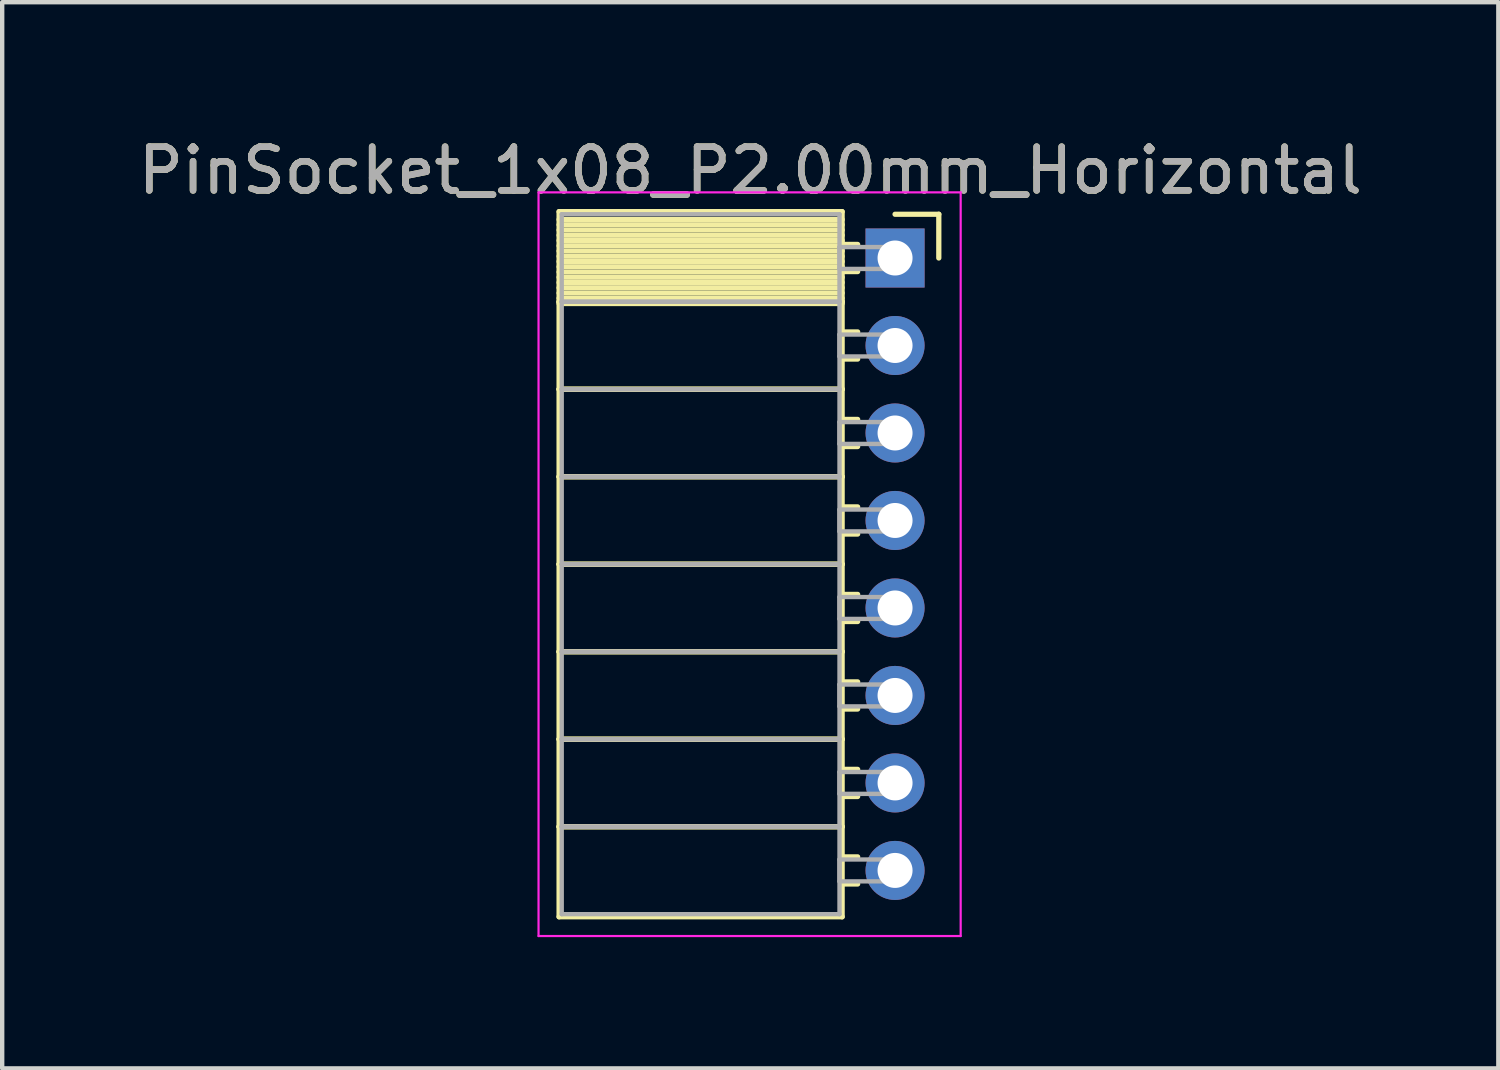
<source format=kicad_pcb>
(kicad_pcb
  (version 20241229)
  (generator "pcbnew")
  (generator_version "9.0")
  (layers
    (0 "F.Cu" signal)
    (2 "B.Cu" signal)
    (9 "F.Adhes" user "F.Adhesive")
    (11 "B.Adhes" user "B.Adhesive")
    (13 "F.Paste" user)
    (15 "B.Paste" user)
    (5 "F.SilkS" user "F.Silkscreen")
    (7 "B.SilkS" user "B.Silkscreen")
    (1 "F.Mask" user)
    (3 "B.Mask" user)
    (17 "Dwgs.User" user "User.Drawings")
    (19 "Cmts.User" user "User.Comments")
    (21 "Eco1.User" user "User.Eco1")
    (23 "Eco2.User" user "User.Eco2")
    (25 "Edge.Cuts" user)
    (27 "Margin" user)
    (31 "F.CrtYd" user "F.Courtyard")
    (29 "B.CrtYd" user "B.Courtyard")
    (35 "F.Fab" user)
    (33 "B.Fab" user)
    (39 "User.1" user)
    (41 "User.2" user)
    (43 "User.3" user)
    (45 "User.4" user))
  (footprint "PinSocket_1x08_P2.00mm_Horizontal"
    (layer "F.Cu")
    (at 17.411 2.848)
    (property "Reference" "PinSocket_1x08_P2.00mm_Horizontal" (at -3.31 -2 0) (layer "F.SilkS") (effects (font (size 1 1) (thickness 0.15))))
    (attr through_hole)
    (fp_line (start -7.68 -1.06) (end -1.21 -1.06) (stroke (width 0.12) (type solid)) (layer "F.SilkS"))
    (fp_line (start -7.68 1) (end -7.68 -1.06) (stroke (width 0.12) (type solid)) (layer "F.SilkS"))
    (fp_line (start -7.68 1) (end -1.21 1) (stroke (width 0.12) (type solid)) (layer "F.SilkS"))
    (fp_line (start -7.68 3) (end -7.68 1) (stroke (width 0.12) (type solid)) (layer "F.SilkS"))
    (fp_line (start -7.68 3) (end -1.21 3) (stroke (width 0.12) (type solid)) (layer "F.SilkS"))
    (fp_line (start -7.68 5) (end -7.68 3) (stroke (width 0.12) (type solid)) (layer "F.SilkS"))
    (fp_line (start -7.68 5) (end -1.21 5) (stroke (width 0.12) (type solid)) (layer "F.SilkS"))
    (fp_line (start -7.68 7) (end -7.68 5) (stroke (width 0.12) (type solid)) (layer "F.SilkS"))
    (fp_line (start -7.68 7) (end -1.21 7) (stroke (width 0.12) (type solid)) (layer "F.SilkS"))
    (fp_line (start -7.68 9) (end -7.68 7) (stroke (width 0.12) (type solid)) (layer "F.SilkS"))
    (fp_line (start -7.68 9) (end -1.21 9) (stroke (width 0.12) (type solid)) (layer "F.SilkS"))
    (fp_line (start -7.68 11) (end -7.68 9) (stroke (width 0.12) (type solid)) (layer "F.SilkS"))
    (fp_line (start -7.68 11) (end -1.21 11) (stroke (width 0.12) (type solid)) (layer "F.SilkS"))
    (fp_line (start -7.68 13) (end -7.68 11) (stroke (width 0.12) (type solid)) (layer "F.SilkS"))
    (fp_line (start -7.68 13) (end -1.21 13) (stroke (width 0.12) (type solid)) (layer "F.SilkS"))
    (fp_line (start -7.68 15.06) (end -7.68 13) (stroke (width 0.12) (type solid)) (layer "F.SilkS"))
    (fp_line (start -1.21 -1.06) (end -1.21 1) (stroke (width 0.12) (type solid)) (layer "F.SilkS"))
    (fp_line (start -1.21 -0.88) (end -7.68 -0.88) (stroke (width 0.12) (type solid)) (layer "F.SilkS"))
    (fp_line (start -1.21 -0.76) (end -7.68 -0.76) (stroke (width 0.12) (type solid)) (layer "F.SilkS"))
    (fp_line (start -1.21 -0.64) (end -7.68 -0.64) (stroke (width 0.12) (type solid)) (layer "F.SilkS"))
    (fp_line (start -1.21 -0.52) (end -7.68 -0.52) (stroke (width 0.12) (type solid)) (layer "F.SilkS"))
    (fp_line (start -1.21 -0.4) (end -7.68 -0.4) (stroke (width 0.12) (type solid)) (layer "F.SilkS"))
    (fp_line (start -1.21 -0.28) (end -7.68 -0.28) (stroke (width 0.12) (type solid)) (layer "F.SilkS"))
    (fp_line (start -1.21 -0.16) (end -7.68 -0.16) (stroke (width 0.12) (type solid)) (layer "F.SilkS"))
    (fp_line (start -1.21 -0.04) (end -7.68 -0.04) (stroke (width 0.12) (type solid)) (layer "F.SilkS"))
    (fp_line (start -1.21 0.08) (end -7.68 0.08) (stroke (width 0.12) (type solid)) (layer "F.SilkS"))
    (fp_line (start -1.21 0.2) (end -7.68 0.2) (stroke (width 0.12) (type solid)) (layer "F.SilkS"))
    (fp_line (start -1.21 0.32) (end -7.68 0.32) (stroke (width 0.12) (type solid)) (layer "F.SilkS"))
    (fp_line (start -1.21 0.44) (end -7.68 0.44) (stroke (width 0.12) (type solid)) (layer "F.SilkS"))
    (fp_line (start -1.21 0.56) (end -7.68 0.56) (stroke (width 0.12) (type solid)) (layer "F.SilkS"))
    (fp_line (start -1.21 0.68) (end -7.68 0.68) (stroke (width 0.12) (type solid)) (layer "F.SilkS"))
    (fp_line (start -1.21 0.8) (end -7.68 0.8) (stroke (width 0.12) (type solid)) (layer "F.SilkS"))
    (fp_line (start -1.21 0.92) (end -7.68 0.92) (stroke (width 0.12) (type solid)) (layer "F.SilkS"))
    (fp_line (start -1.21 1) (end -7.68 1) (stroke (width 0.12) (type solid)) (layer "F.SilkS"))
    (fp_line (start -1.21 1) (end -1.21 3) (stroke (width 0.12) (type solid)) (layer "F.SilkS"))
    (fp_line (start -1.21 1.04) (end -7.68 1.04) (stroke (width 0.12) (type solid)) (layer "F.SilkS"))
    (fp_line (start -1.21 3) (end -7.68 3) (stroke (width 0.12) (type solid)) (layer "F.SilkS"))
    (fp_line (start -1.21 3) (end -1.21 5) (stroke (width 0.12) (type solid)) (layer "F.SilkS"))
    (fp_line (start -1.21 5) (end -7.68 5) (stroke (width 0.12) (type solid)) (layer "F.SilkS"))
    (fp_line (start -1.21 5) (end -1.21 7) (stroke (width 0.12) (type solid)) (layer "F.SilkS"))
    (fp_line (start -1.21 7) (end -7.68 7) (stroke (width 0.12) (type solid)) (layer "F.SilkS"))
    (fp_line (start -1.21 7) (end -1.21 9) (stroke (width 0.12) (type solid)) (layer "F.SilkS"))
    (fp_line (start -1.21 9) (end -7.68 9) (stroke (width 0.12) (type solid)) (layer "F.SilkS"))
    (fp_line (start -1.21 9) (end -1.21 11) (stroke (width 0.12) (type solid)) (layer "F.SilkS"))
    (fp_line (start -1.21 11) (end -7.68 11) (stroke (width 0.12) (type solid)) (layer "F.SilkS"))
    (fp_line (start -1.21 11) (end -1.21 13) (stroke (width 0.12) (type solid)) (layer "F.SilkS"))
    (fp_line (start -1.21 13) (end -7.68 13) (stroke (width 0.12) (type solid)) (layer "F.SilkS"))
    (fp_line (start -1.21 13) (end -1.21 15.06) (stroke (width 0.12) (type solid)) (layer "F.SilkS"))
    (fp_line (start -1.21 15.06) (end -7.68 15.06) (stroke (width 0.12) (type solid)) (layer "F.SilkS"))
    (fp_line (start -0.855 -0.31) (end -1.21 -0.31) (stroke (width 0.12) (type solid)) (layer "F.SilkS"))
    (fp_line (start -0.855 0.31) (end -1.21 0.31) (stroke (width 0.12) (type solid)) (layer "F.SilkS"))
    (fp_line (start -0.855 1.69) (end -1.21 1.69) (stroke (width 0.12) (type solid)) (layer "F.SilkS"))
    (fp_line (start -0.855 2.31) (end -1.21 2.31) (stroke (width 0.12) (type solid)) (layer "F.SilkS"))
    (fp_line (start -0.855 3.69) (end -1.21 3.69) (stroke (width 0.12) (type solid)) (layer "F.SilkS"))
    (fp_line (start -0.855 4.31) (end -1.21 4.31) (stroke (width 0.12) (type solid)) (layer "F.SilkS"))
    (fp_line (start -0.855 5.69) (end -1.21 5.69) (stroke (width 0.12) (type solid)) (layer "F.SilkS"))
    (fp_line (start -0.855 6.31) (end -1.21 6.31) (stroke (width 0.12) (type solid)) (layer "F.SilkS"))
    (fp_line (start -0.855 7.69) (end -1.21 7.69) (stroke (width 0.12) (type solid)) (layer "F.SilkS"))
    (fp_line (start -0.855 8.31) (end -1.21 8.31) (stroke (width 0.12) (type solid)) (layer "F.SilkS"))
    (fp_line (start -0.855 9.69) (end -1.21 9.69) (stroke (width 0.12) (type solid)) (layer "F.SilkS"))
    (fp_line (start -0.855 10.31) (end -1.21 10.31) (stroke (width 0.12) (type solid)) (layer "F.SilkS"))
    (fp_line (start -0.855 11.69) (end -1.21 11.69) (stroke (width 0.12) (type solid)) (layer "F.SilkS"))
    (fp_line (start -0.855 12.31) (end -1.21 12.31) (stroke (width 0.12) (type solid)) (layer "F.SilkS"))
    (fp_line (start -0.855 13.69) (end -1.21 13.69) (stroke (width 0.12) (type solid)) (layer "F.SilkS"))
    (fp_line (start -0.855 14.31) (end -1.21 14.31) (stroke (width 0.12) (type solid)) (layer "F.SilkS"))
    (fp_line (start 0 -1) (end 1 -1) (stroke (width 0.12) (type solid)) (layer "F.SilkS"))
    (fp_line (start 1 -1) (end 1 0) (stroke (width 0.12) (type solid)) (layer "F.SilkS"))
    (fp_line (start -8.15 -1.5) (end 1.5 -1.5) (stroke (width 0.05) (type solid)) (layer "F.CrtYd"))
    (fp_line (start -8.15 15.5) (end -8.15 -1.5) (stroke (width 0.05) (type solid)) (layer "F.CrtYd"))
    (fp_line (start 1.5 -1.5) (end 1.5 15.5) (stroke (width 0.05) (type solid)) (layer "F.CrtYd"))
    (fp_line (start 1.5 15.5) (end -8.15 15.5) (stroke (width 0.05) (type solid)) (layer "F.CrtYd"))
    (fp_line (start -7.62 -1) (end -1.27 -1) (stroke (width 0.1) (type solid)) (layer "F.Fab"))
    (fp_line (start -7.62 1) (end -7.62 -1) (stroke (width 0.1) (type solid)) (layer "F.Fab"))
    (fp_line (start -7.62 1) (end -1.27 1) (stroke (width 0.1) (type solid)) (layer "F.Fab"))
    (fp_line (start -7.62 3) (end -7.62 1) (stroke (width 0.1) (type solid)) (layer "F.Fab"))
    (fp_line (start -7.62 3) (end -1.27 3) (stroke (width 0.1) (type solid)) (layer "F.Fab"))
    (fp_line (start -7.62 5) (end -7.62 3) (stroke (width 0.1) (type solid)) (layer "F.Fab"))
    (fp_line (start -7.62 5) (end -1.27 5) (stroke (width 0.1) (type solid)) (layer "F.Fab"))
    (fp_line (start -7.62 7) (end -7.62 5) (stroke (width 0.1) (type solid)) (layer "F.Fab"))
    (fp_line (start -7.62 7) (end -1.27 7) (stroke (width 0.1) (type solid)) (layer "F.Fab"))
    (fp_line (start -7.62 9) (end -7.62 7) (stroke (width 0.1) (type solid)) (layer "F.Fab"))
    (fp_line (start -7.62 9) (end -1.27 9) (stroke (width 0.1) (type solid)) (layer "F.Fab"))
    (fp_line (start -7.62 11) (end -7.62 9) (stroke (width 0.1) (type solid)) (layer "F.Fab"))
    (fp_line (start -7.62 11) (end -1.27 11) (stroke (width 0.1) (type solid)) (layer "F.Fab"))
    (fp_line (start -7.62 13) (end -7.62 11) (stroke (width 0.1) (type solid)) (layer "F.Fab"))
    (fp_line (start -7.62 13) (end -1.27 13) (stroke (width 0.1) (type solid)) (layer "F.Fab"))
    (fp_line (start -7.62 15) (end -7.62 13) (stroke (width 0.1) (type solid)) (layer "F.Fab"))
    (fp_line (start -1.27 -1) (end -1.27 1) (stroke (width 0.1) (type solid)) (layer "F.Fab"))
    (fp_line (start -1.27 -0.25) (end 0 -0.25) (stroke (width 0.1) (type solid)) (layer "F.Fab"))
    (fp_line (start -1.27 0.25) (end -1.27 -0.25) (stroke (width 0.1) (type solid)) (layer "F.Fab"))
    (fp_line (start -1.27 1) (end -7.62 1) (stroke (width 0.1) (type solid)) (layer "F.Fab"))
    (fp_line (start -1.27 1) (end -1.27 3) (stroke (width 0.1) (type solid)) (layer "F.Fab"))
    (fp_line (start -1.27 1.75) (end 0 1.75) (stroke (width 0.1) (type solid)) (layer "F.Fab"))
    (fp_line (start -1.27 2.25) (end -1.27 1.75) (stroke (width 0.1) (type solid)) (layer "F.Fab"))
    (fp_line (start -1.27 3) (end -7.62 3) (stroke (width 0.1) (type solid)) (layer "F.Fab"))
    (fp_line (start -1.27 3) (end -1.27 5) (stroke (width 0.1) (type solid)) (layer "F.Fab"))
    (fp_line (start -1.27 3.75) (end 0 3.75) (stroke (width 0.1) (type solid)) (layer "F.Fab"))
    (fp_line (start -1.27 4.25) (end -1.27 3.75) (stroke (width 0.1) (type solid)) (layer "F.Fab"))
    (fp_line (start -1.27 5) (end -7.62 5) (stroke (width 0.1) (type solid)) (layer "F.Fab"))
    (fp_line (start -1.27 5) (end -1.27 7) (stroke (width 0.1) (type solid)) (layer "F.Fab"))
    (fp_line (start -1.27 5.75) (end 0 5.75) (stroke (width 0.1) (type solid)) (layer "F.Fab"))
    (fp_line (start -1.27 6.25) (end -1.27 5.75) (stroke (width 0.1) (type solid)) (layer "F.Fab"))
    (fp_line (start -1.27 7) (end -7.62 7) (stroke (width 0.1) (type solid)) (layer "F.Fab"))
    (fp_line (start -1.27 7) (end -1.27 9) (stroke (width 0.1) (type solid)) (layer "F.Fab"))
    (fp_line (start -1.27 7.75) (end 0 7.75) (stroke (width 0.1) (type solid)) (layer "F.Fab"))
    (fp_line (start -1.27 8.25) (end -1.27 7.75) (stroke (width 0.1) (type solid)) (layer "F.Fab"))
    (fp_line (start -1.27 9) (end -7.62 9) (stroke (width 0.1) (type solid)) (layer "F.Fab"))
    (fp_line (start -1.27 9) (end -1.27 11) (stroke (width 0.1) (type solid)) (layer "F.Fab"))
    (fp_line (start -1.27 9.75) (end 0 9.75) (stroke (width 0.1) (type solid)) (layer "F.Fab"))
    (fp_line (start -1.27 10.25) (end -1.27 9.75) (stroke (width 0.1) (type solid)) (layer "F.Fab"))
    (fp_line (start -1.27 11) (end -7.62 11) (stroke (width 0.1) (type solid)) (layer "F.Fab"))
    (fp_line (start -1.27 11) (end -1.27 13) (stroke (width 0.1) (type solid)) (layer "F.Fab"))
    (fp_line (start -1.27 11.75) (end 0 11.75) (stroke (width 0.1) (type solid)) (layer "F.Fab"))
    (fp_line (start -1.27 12.25) (end -1.27 11.75) (stroke (width 0.1) (type solid)) (layer "F.Fab"))
    (fp_line (start -1.27 13) (end -7.62 13) (stroke (width 0.1) (type solid)) (layer "F.Fab"))
    (fp_line (start -1.27 13) (end -1.27 15) (stroke (width 0.1) (type solid)) (layer "F.Fab"))
    (fp_line (start -1.27 13.75) (end 0 13.75) (stroke (width 0.1) (type solid)) (layer "F.Fab"))
    (fp_line (start -1.27 14.25) (end -1.27 13.75) (stroke (width 0.1) (type solid)) (layer "F.Fab"))
    (fp_line (start -1.27 15) (end -7.62 15) (stroke (width 0.1) (type solid)) (layer "F.Fab"))
    (fp_line (start 0 -0.25) (end 0 0.25) (stroke (width 0.1) (type solid)) (layer "F.Fab"))
    (fp_line (start 0 0.25) (end -1.27 0.25) (stroke (width 0.1) (type solid)) (layer "F.Fab"))
    (fp_line (start 0 1.75) (end 0 2.25) (stroke (width 0.1) (type solid)) (layer "F.Fab"))
    (fp_line (start 0 2.25) (end -1.27 2.25) (stroke (width 0.1) (type solid)) (layer "F.Fab"))
    (fp_line (start 0 3.75) (end 0 4.25) (stroke (width 0.1) (type solid)) (layer "F.Fab"))
    (fp_line (start 0 4.25) (end -1.27 4.25) (stroke (width 0.1) (type solid)) (layer "F.Fab"))
    (fp_line (start 0 5.75) (end 0 6.25) (stroke (width 0.1) (type solid)) (layer "F.Fab"))
    (fp_line (start 0 6.25) (end -1.27 6.25) (stroke (width 0.1) (type solid)) (layer "F.Fab"))
    (fp_line (start 0 7.75) (end 0 8.25) (stroke (width 0.1) (type solid)) (layer "F.Fab"))
    (fp_line (start 0 8.25) (end -1.27 8.25) (stroke (width 0.1) (type solid)) (layer "F.Fab"))
    (fp_line (start 0 9.75) (end 0 10.25) (stroke (width 0.1) (type solid)) (layer "F.Fab"))
    (fp_line (start 0 10.25) (end -1.27 10.25) (stroke (width 0.1) (type solid)) (layer "F.Fab"))
    (fp_line (start 0 11.75) (end 0 12.25) (stroke (width 0.1) (type solid)) (layer "F.Fab"))
    (fp_line (start 0 12.25) (end -1.27 12.25) (stroke (width 0.1) (type solid)) (layer "F.Fab"))
    (fp_line (start 0 13.75) (end 0 14.25) (stroke (width 0.1) (type solid)) (layer "F.Fab"))
    (fp_line (start 0 14.25) (end -1.27 14.25) (stroke (width 0.1) (type solid)) (layer "F.Fab"))
    (fp_text user "${REFERENCE}" (at -3.31 -2 0) (layer "F.Fab") (effects (font (size 1 1) (thickness 0.15))))
    (pad "1" thru_hole rect (at 0 0) (size 1.35 1.35) (drill 0.8) (layers "*.Cu" "*.Mask"))
    (pad "2" thru_hole oval (at 0 2) (size 1.35 1.35) (drill 0.8) (layers "*.Cu" "*.Mask"))
    (pad "3" thru_hole oval (at 0 4) (size 1.35 1.35) (drill 0.8) (layers "*.Cu" "*.Mask"))
    (pad "4" thru_hole oval (at 0 6) (size 1.35 1.35) (drill 0.8) (layers "*.Cu" "*.Mask"))
    (pad "5" thru_hole oval (at 0 8) (size 1.35 1.35) (drill 0.8) (layers "*.Cu" "*.Mask"))
    (pad "6" thru_hole oval (at 0 10) (size 1.35 1.35) (drill 0.8) (layers "*.Cu" "*.Mask"))
    (pad "7" thru_hole oval (at 0 12) (size 1.35 1.35) (drill 0.8) (layers "*.Cu" "*.Mask"))
    (pad "8" thru_hole oval (at 0 14) (size 1.35 1.35) (drill 0.8) (layers "*.Cu" "*.Mask")))
  (gr_rect
    (start -3 -3)
    (end 31.202 21.373)
    (stroke (width 0.1) (type default))
    (fill no)
    (layer "Edge.Cuts")))
</source>
